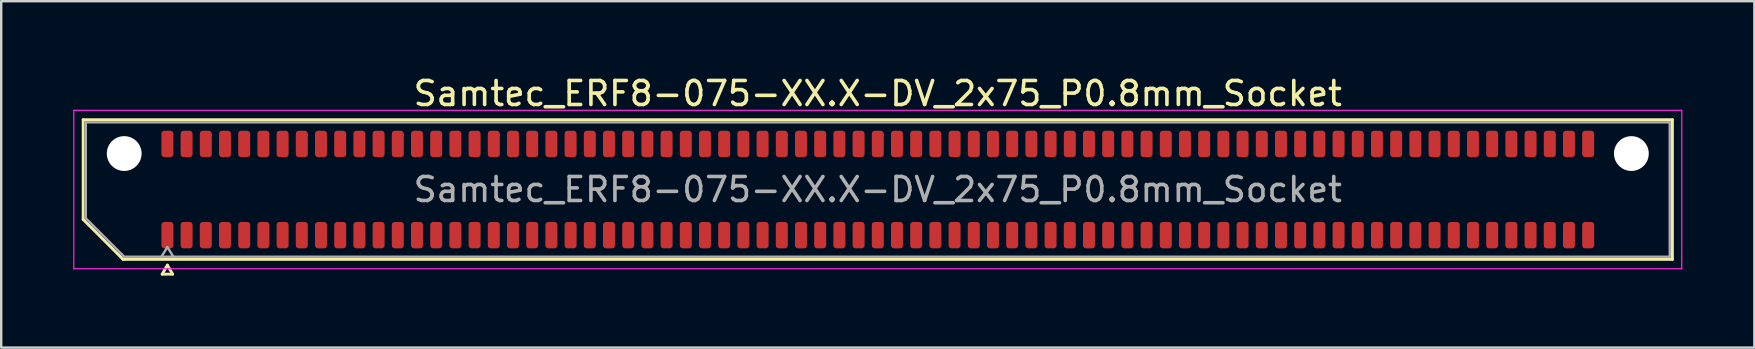
<source format=kicad_pcb>
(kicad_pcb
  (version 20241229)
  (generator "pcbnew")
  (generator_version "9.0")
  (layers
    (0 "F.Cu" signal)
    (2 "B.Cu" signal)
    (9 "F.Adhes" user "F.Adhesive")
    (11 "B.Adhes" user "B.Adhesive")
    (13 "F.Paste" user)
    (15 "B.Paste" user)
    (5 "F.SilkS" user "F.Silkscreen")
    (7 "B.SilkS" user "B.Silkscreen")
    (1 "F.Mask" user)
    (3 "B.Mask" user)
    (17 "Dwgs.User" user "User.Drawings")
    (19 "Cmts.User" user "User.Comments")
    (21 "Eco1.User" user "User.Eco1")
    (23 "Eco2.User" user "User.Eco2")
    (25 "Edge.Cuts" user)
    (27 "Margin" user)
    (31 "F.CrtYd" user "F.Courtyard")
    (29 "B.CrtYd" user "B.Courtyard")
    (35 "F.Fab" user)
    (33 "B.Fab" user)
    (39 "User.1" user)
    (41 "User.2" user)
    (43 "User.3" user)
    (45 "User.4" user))
  (footprint "Samtec_ERF8-075-XX.X-DV_2x75_P0.8mm_Socket"
    (layer "F.Cu")
    (at 33.525 4.848)
    (property "Reference" "Samtec_ERF8-075-XX.X-DV_2x75_P0.8mm_Socket" (at 0 -4 0) (layer "F.SilkS") (effects (font (size 1 1) (thickness 0.15))))
    (attr smd)
    (fp_line (start -33.11 -2.91) (end 33.11 -2.91) (stroke (width 0.12) (type solid)) (layer "F.SilkS"))
    (fp_line (start -33.11 1.246) (end -33.11 -2.91) (stroke (width 0.12) (type solid)) (layer "F.SilkS"))
    (fp_line (start -31.446 2.91) (end -33.11 1.246) (stroke (width 0.12) (type solid)) (layer "F.SilkS"))
    (fp_line (start -29.817 3.525) (end -29.6 3.15) (stroke (width 0.12) (type solid)) (layer "F.SilkS"))
    (fp_line (start -29.6 3.15) (end -29.383 3.525) (stroke (width 0.12) (type solid)) (layer "F.SilkS"))
    (fp_line (start -29.383 3.525) (end -29.817 3.525) (stroke (width 0.12) (type solid)) (layer "F.SilkS"))
    (fp_line (start 33.11 -2.91) (end 33.11 2.91) (stroke (width 0.12) (type solid)) (layer "F.SilkS"))
    (fp_line (start 33.11 2.91) (end -31.446 2.91) (stroke (width 0.12) (type solid)) (layer "F.SilkS"))
    (fp_line (start -33.5 -3.3) (end -33.5 3.3) (stroke (width 0.05) (type solid)) (layer "F.CrtYd"))
    (fp_line (start -33.5 3.3) (end 33.5 3.3) (stroke (width 0.05) (type solid)) (layer "F.CrtYd"))
    (fp_line (start 33.5 -3.3) (end -33.5 -3.3) (stroke (width 0.05) (type solid)) (layer "F.CrtYd"))
    (fp_line (start 33.5 3.3) (end 33.5 -3.3) (stroke (width 0.05) (type solid)) (layer "F.CrtYd"))
    (fp_line (start -33 -2.8) (end 33 -2.8) (stroke (width 0.1) (type solid)) (layer "F.Fab"))
    (fp_line (start -33 1.2) (end -33 -2.8) (stroke (width 0.1) (type solid)) (layer "F.Fab"))
    (fp_line (start -31.4 2.8) (end -33 1.2) (stroke (width 0.1) (type solid)) (layer "F.Fab"))
    (fp_line (start -29.6 2.4) (end -29.85 2.8) (stroke (width 0.1) (type solid)) (layer "F.Fab"))
    (fp_line (start -29.6 2.4) (end -29.35 2.8) (stroke (width 0.1) (type solid)) (layer "F.Fab"))
    (fp_line (start 33 -2.8) (end 33 2.8) (stroke (width 0.1) (type solid)) (layer "F.Fab"))
    (fp_line (start 33 2.8) (end -31.4 2.8) (stroke (width 0.1) (type solid)) (layer "F.Fab"))
    (fp_text user "${REFERENCE}" (at 0 0 0) (layer "F.Fab") (effects (font (size 1 1) (thickness 0.15))))
    (pad "" np_thru_hole circle (at -31.4 -1.5) (size 1.45 1.45) (drill 1.45) (layers "*.Cu" "*.Mask"))
    (pad "" np_thru_hole circle (at 31.4 -1.5) (size 1.45 1.45) (drill 1.45) (layers "*.Cu" "*.Mask"))
    (pad "1" smd roundrect (at -29.6 1.9) (size 0.5 1.1) (layers "F.Cu" "F.Mask" "F.Paste") (roundrect_rratio 0.25))
    (pad "2" smd roundrect (at -29.6 -1.9) (size 0.5 1.1) (layers "F.Cu" "F.Mask" "F.Paste") (roundrect_rratio 0.25))
    (pad "3" smd roundrect (at -28.8 1.9) (size 0.5 1.1) (layers "F.Cu" "F.Mask" "F.Paste") (roundrect_rratio 0.25))
    (pad "4" smd roundrect (at -28.8 -1.9) (size 0.5 1.1) (layers "F.Cu" "F.Mask" "F.Paste") (roundrect_rratio 0.25))
    (pad "5" smd roundrect (at -28 1.9) (size 0.5 1.1) (layers "F.Cu" "F.Mask" "F.Paste") (roundrect_rratio 0.25))
    (pad "6" smd roundrect (at -28 -1.9) (size 0.5 1.1) (layers "F.Cu" "F.Mask" "F.Paste") (roundrect_rratio 0.25))
    (pad "7" smd roundrect (at -27.2 1.9) (size 0.5 1.1) (layers "F.Cu" "F.Mask" "F.Paste") (roundrect_rratio 0.25))
    (pad "8" smd roundrect (at -27.2 -1.9) (size 0.5 1.1) (layers "F.Cu" "F.Mask" "F.Paste") (roundrect_rratio 0.25))
    (pad "9" smd roundrect (at -26.4 1.9) (size 0.5 1.1) (layers "F.Cu" "F.Mask" "F.Paste") (roundrect_rratio 0.25))
    (pad "10" smd roundrect (at -26.4 -1.9) (size 0.5 1.1) (layers "F.Cu" "F.Mask" "F.Paste") (roundrect_rratio 0.25))
    (pad "11" smd roundrect (at -25.6 1.9) (size 0.5 1.1) (layers "F.Cu" "F.Mask" "F.Paste") (roundrect_rratio 0.25))
    (pad "12" smd roundrect (at -25.6 -1.9) (size 0.5 1.1) (layers "F.Cu" "F.Mask" "F.Paste") (roundrect_rratio 0.25))
    (pad "13" smd roundrect (at -24.8 1.9) (size 0.5 1.1) (layers "F.Cu" "F.Mask" "F.Paste") (roundrect_rratio 0.25))
    (pad "14" smd roundrect (at -24.8 -1.9) (size 0.5 1.1) (layers "F.Cu" "F.Mask" "F.Paste") (roundrect_rratio 0.25))
    (pad "15" smd roundrect (at -24 1.9) (size 0.5 1.1) (layers "F.Cu" "F.Mask" "F.Paste") (roundrect_rratio 0.25))
    (pad "16" smd roundrect (at -24 -1.9) (size 0.5 1.1) (layers "F.Cu" "F.Mask" "F.Paste") (roundrect_rratio 0.25))
    (pad "17" smd roundrect (at -23.2 1.9) (size 0.5 1.1) (layers "F.Cu" "F.Mask" "F.Paste") (roundrect_rratio 0.25))
    (pad "18" smd roundrect (at -23.2 -1.9) (size 0.5 1.1) (layers "F.Cu" "F.Mask" "F.Paste") (roundrect_rratio 0.25))
    (pad "19" smd roundrect (at -22.4 1.9) (size 0.5 1.1) (layers "F.Cu" "F.Mask" "F.Paste") (roundrect_rratio 0.25))
    (pad "20" smd roundrect (at -22.4 -1.9) (size 0.5 1.1) (layers "F.Cu" "F.Mask" "F.Paste") (roundrect_rratio 0.25))
    (pad "21" smd roundrect (at -21.6 1.9) (size 0.5 1.1) (layers "F.Cu" "F.Mask" "F.Paste") (roundrect_rratio 0.25))
    (pad "22" smd roundrect (at -21.6 -1.9) (size 0.5 1.1) (layers "F.Cu" "F.Mask" "F.Paste") (roundrect_rratio 0.25))
    (pad "23" smd roundrect (at -20.8 1.9) (size 0.5 1.1) (layers "F.Cu" "F.Mask" "F.Paste") (roundrect_rratio 0.25))
    (pad "24" smd roundrect (at -20.8 -1.9) (size 0.5 1.1) (layers "F.Cu" "F.Mask" "F.Paste") (roundrect_rratio 0.25))
    (pad "25" smd roundrect (at -20 1.9) (size 0.5 1.1) (layers "F.Cu" "F.Mask" "F.Paste") (roundrect_rratio 0.25))
    (pad "26" smd roundrect (at -20 -1.9) (size 0.5 1.1) (layers "F.Cu" "F.Mask" "F.Paste") (roundrect_rratio 0.25))
    (pad "27" smd roundrect (at -19.2 1.9) (size 0.5 1.1) (layers "F.Cu" "F.Mask" "F.Paste") (roundrect_rratio 0.25))
    (pad "28" smd roundrect (at -19.2 -1.9) (size 0.5 1.1) (layers "F.Cu" "F.Mask" "F.Paste") (roundrect_rratio 0.25))
    (pad "29" smd roundrect (at -18.4 1.9) (size 0.5 1.1) (layers "F.Cu" "F.Mask" "F.Paste") (roundrect_rratio 0.25))
    (pad "30" smd roundrect (at -18.4 -1.9) (size 0.5 1.1) (layers "F.Cu" "F.Mask" "F.Paste") (roundrect_rratio 0.25))
    (pad "31" smd roundrect (at -17.6 1.9) (size 0.5 1.1) (layers "F.Cu" "F.Mask" "F.Paste") (roundrect_rratio 0.25))
    (pad "32" smd roundrect (at -17.6 -1.9) (size 0.5 1.1) (layers "F.Cu" "F.Mask" "F.Paste") (roundrect_rratio 0.25))
    (pad "33" smd roundrect (at -16.8 1.9) (size 0.5 1.1) (layers "F.Cu" "F.Mask" "F.Paste") (roundrect_rratio 0.25))
    (pad "34" smd roundrect (at -16.8 -1.9) (size 0.5 1.1) (layers "F.Cu" "F.Mask" "F.Paste") (roundrect_rratio 0.25))
    (pad "35" smd roundrect (at -16 1.9) (size 0.5 1.1) (layers "F.Cu" "F.Mask" "F.Paste") (roundrect_rratio 0.25))
    (pad "36" smd roundrect (at -16 -1.9) (size 0.5 1.1) (layers "F.Cu" "F.Mask" "F.Paste") (roundrect_rratio 0.25))
    (pad "37" smd roundrect (at -15.2 1.9) (size 0.5 1.1) (layers "F.Cu" "F.Mask" "F.Paste") (roundrect_rratio 0.25))
    (pad "38" smd roundrect (at -15.2 -1.9) (size 0.5 1.1) (layers "F.Cu" "F.Mask" "F.Paste") (roundrect_rratio 0.25))
    (pad "39" smd roundrect (at -14.4 1.9) (size 0.5 1.1) (layers "F.Cu" "F.Mask" "F.Paste") (roundrect_rratio 0.25))
    (pad "40" smd roundrect (at -14.4 -1.9) (size 0.5 1.1) (layers "F.Cu" "F.Mask" "F.Paste") (roundrect_rratio 0.25))
    (pad "41" smd roundrect (at -13.6 1.9) (size 0.5 1.1) (layers "F.Cu" "F.Mask" "F.Paste") (roundrect_rratio 0.25))
    (pad "42" smd roundrect (at -13.6 -1.9) (size 0.5 1.1) (layers "F.Cu" "F.Mask" "F.Paste") (roundrect_rratio 0.25))
    (pad "43" smd roundrect (at -12.8 1.9) (size 0.5 1.1) (layers "F.Cu" "F.Mask" "F.Paste") (roundrect_rratio 0.25))
    (pad "44" smd roundrect (at -12.8 -1.9) (size 0.5 1.1) (layers "F.Cu" "F.Mask" "F.Paste") (roundrect_rratio 0.25))
    (pad "45" smd roundrect (at -12 1.9) (size 0.5 1.1) (layers "F.Cu" "F.Mask" "F.Paste") (roundrect_rratio 0.25))
    (pad "46" smd roundrect (at -12 -1.9) (size 0.5 1.1) (layers "F.Cu" "F.Mask" "F.Paste") (roundrect_rratio 0.25))
    (pad "47" smd roundrect (at -11.2 1.9) (size 0.5 1.1) (layers "F.Cu" "F.Mask" "F.Paste") (roundrect_rratio 0.25))
    (pad "48" smd roundrect (at -11.2 -1.9) (size 0.5 1.1) (layers "F.Cu" "F.Mask" "F.Paste") (roundrect_rratio 0.25))
    (pad "49" smd roundrect (at -10.4 1.9) (size 0.5 1.1) (layers "F.Cu" "F.Mask" "F.Paste") (roundrect_rratio 0.25))
    (pad "50" smd roundrect (at -10.4 -1.9) (size 0.5 1.1) (layers "F.Cu" "F.Mask" "F.Paste") (roundrect_rratio 0.25))
    (pad "51" smd roundrect (at -9.6 1.9) (size 0.5 1.1) (layers "F.Cu" "F.Mask" "F.Paste") (roundrect_rratio 0.25))
    (pad "52" smd roundrect (at -9.6 -1.9) (size 0.5 1.1) (layers "F.Cu" "F.Mask" "F.Paste") (roundrect_rratio 0.25))
    (pad "53" smd roundrect (at -8.8 1.9) (size 0.5 1.1) (layers "F.Cu" "F.Mask" "F.Paste") (roundrect_rratio 0.25))
    (pad "54" smd roundrect (at -8.8 -1.9) (size 0.5 1.1) (layers "F.Cu" "F.Mask" "F.Paste") (roundrect_rratio 0.25))
    (pad "55" smd roundrect (at -8 1.9) (size 0.5 1.1) (layers "F.Cu" "F.Mask" "F.Paste") (roundrect_rratio 0.25))
    (pad "56" smd roundrect (at -8 -1.9) (size 0.5 1.1) (layers "F.Cu" "F.Mask" "F.Paste") (roundrect_rratio 0.25))
    (pad "57" smd roundrect (at -7.2 1.9) (size 0.5 1.1) (layers "F.Cu" "F.Mask" "F.Paste") (roundrect_rratio 0.25))
    (pad "58" smd roundrect (at -7.2 -1.9) (size 0.5 1.1) (layers "F.Cu" "F.Mask" "F.Paste") (roundrect_rratio 0.25))
    (pad "59" smd roundrect (at -6.4 1.9) (size 0.5 1.1) (layers "F.Cu" "F.Mask" "F.Paste") (roundrect_rratio 0.25))
    (pad "60" smd roundrect (at -6.4 -1.9) (size 0.5 1.1) (layers "F.Cu" "F.Mask" "F.Paste") (roundrect_rratio 0.25))
    (pad "61" smd roundrect (at -5.6 1.9) (size 0.5 1.1) (layers "F.Cu" "F.Mask" "F.Paste") (roundrect_rratio 0.25))
    (pad "62" smd roundrect (at -5.6 -1.9) (size 0.5 1.1) (layers "F.Cu" "F.Mask" "F.Paste") (roundrect_rratio 0.25))
    (pad "63" smd roundrect (at -4.8 1.9) (size 0.5 1.1) (layers "F.Cu" "F.Mask" "F.Paste") (roundrect_rratio 0.25))
    (pad "64" smd roundrect (at -4.8 -1.9) (size 0.5 1.1) (layers "F.Cu" "F.Mask" "F.Paste") (roundrect_rratio 0.25))
    (pad "65" smd roundrect (at -4 1.9) (size 0.5 1.1) (layers "F.Cu" "F.Mask" "F.Paste") (roundrect_rratio 0.25))
    (pad "66" smd roundrect (at -4 -1.9) (size 0.5 1.1) (layers "F.Cu" "F.Mask" "F.Paste") (roundrect_rratio 0.25))
    (pad "67" smd roundrect (at -3.2 1.9) (size 0.5 1.1) (layers "F.Cu" "F.Mask" "F.Paste") (roundrect_rratio 0.25))
    (pad "68" smd roundrect (at -3.2 -1.9) (size 0.5 1.1) (layers "F.Cu" "F.Mask" "F.Paste") (roundrect_rratio 0.25))
    (pad "69" smd roundrect (at -2.4 1.9) (size 0.5 1.1) (layers "F.Cu" "F.Mask" "F.Paste") (roundrect_rratio 0.25))
    (pad "70" smd roundrect (at -2.4 -1.9) (size 0.5 1.1) (layers "F.Cu" "F.Mask" "F.Paste") (roundrect_rratio 0.25))
    (pad "71" smd roundrect (at -1.6 1.9) (size 0.5 1.1) (layers "F.Cu" "F.Mask" "F.Paste") (roundrect_rratio 0.25))
    (pad "72" smd roundrect (at -1.6 -1.9) (size 0.5 1.1) (layers "F.Cu" "F.Mask" "F.Paste") (roundrect_rratio 0.25))
    (pad "73" smd roundrect (at -0.8 1.9) (size 0.5 1.1) (layers "F.Cu" "F.Mask" "F.Paste") (roundrect_rratio 0.25))
    (pad "74" smd roundrect (at -0.8 -1.9) (size 0.5 1.1) (layers "F.Cu" "F.Mask" "F.Paste") (roundrect_rratio 0.25))
    (pad "75" smd roundrect (at 0 1.9) (size 0.5 1.1) (layers "F.Cu" "F.Mask" "F.Paste") (roundrect_rratio 0.25))
    (pad "76" smd roundrect (at 0 -1.9) (size 0.5 1.1) (layers "F.Cu" "F.Mask" "F.Paste") (roundrect_rratio 0.25))
    (pad "77" smd roundrect (at 0.8 1.9) (size 0.5 1.1) (layers "F.Cu" "F.Mask" "F.Paste") (roundrect_rratio 0.25))
    (pad "78" smd roundrect (at 0.8 -1.9) (size 0.5 1.1) (layers "F.Cu" "F.Mask" "F.Paste") (roundrect_rratio 0.25))
    (pad "79" smd roundrect (at 1.6 1.9) (size 0.5 1.1) (layers "F.Cu" "F.Mask" "F.Paste") (roundrect_rratio 0.25))
    (pad "80" smd roundrect (at 1.6 -1.9) (size 0.5 1.1) (layers "F.Cu" "F.Mask" "F.Paste") (roundrect_rratio 0.25))
    (pad "81" smd roundrect (at 2.4 1.9) (size 0.5 1.1) (layers "F.Cu" "F.Mask" "F.Paste") (roundrect_rratio 0.25))
    (pad "82" smd roundrect (at 2.4 -1.9) (size 0.5 1.1) (layers "F.Cu" "F.Mask" "F.Paste") (roundrect_rratio 0.25))
    (pad "83" smd roundrect (at 3.2 1.9) (size 0.5 1.1) (layers "F.Cu" "F.Mask" "F.Paste") (roundrect_rratio 0.25))
    (pad "84" smd roundrect (at 3.2 -1.9) (size 0.5 1.1) (layers "F.Cu" "F.Mask" "F.Paste") (roundrect_rratio 0.25))
    (pad "85" smd roundrect (at 4 1.9) (size 0.5 1.1) (layers "F.Cu" "F.Mask" "F.Paste") (roundrect_rratio 0.25))
    (pad "86" smd roundrect (at 4 -1.9) (size 0.5 1.1) (layers "F.Cu" "F.Mask" "F.Paste") (roundrect_rratio 0.25))
    (pad "87" smd roundrect (at 4.8 1.9) (size 0.5 1.1) (layers "F.Cu" "F.Mask" "F.Paste") (roundrect_rratio 0.25))
    (pad "88" smd roundrect (at 4.8 -1.9) (size 0.5 1.1) (layers "F.Cu" "F.Mask" "F.Paste") (roundrect_rratio 0.25))
    (pad "89" smd roundrect (at 5.6 1.9) (size 0.5 1.1) (layers "F.Cu" "F.Mask" "F.Paste") (roundrect_rratio 0.25))
    (pad "90" smd roundrect (at 5.6 -1.9) (size 0.5 1.1) (layers "F.Cu" "F.Mask" "F.Paste") (roundrect_rratio 0.25))
    (pad "91" smd roundrect (at 6.4 1.9) (size 0.5 1.1) (layers "F.Cu" "F.Mask" "F.Paste") (roundrect_rratio 0.25))
    (pad "92" smd roundrect (at 6.4 -1.9) (size 0.5 1.1) (layers "F.Cu" "F.Mask" "F.Paste") (roundrect_rratio 0.25))
    (pad "93" smd roundrect (at 7.2 1.9) (size 0.5 1.1) (layers "F.Cu" "F.Mask" "F.Paste") (roundrect_rratio 0.25))
    (pad "94" smd roundrect (at 7.2 -1.9) (size 0.5 1.1) (layers "F.Cu" "F.Mask" "F.Paste") (roundrect_rratio 0.25))
    (pad "95" smd roundrect (at 8 1.9) (size 0.5 1.1) (layers "F.Cu" "F.Mask" "F.Paste") (roundrect_rratio 0.25))
    (pad "96" smd roundrect (at 8 -1.9) (size 0.5 1.1) (layers "F.Cu" "F.Mask" "F.Paste") (roundrect_rratio 0.25))
    (pad "97" smd roundrect (at 8.8 1.9) (size 0.5 1.1) (layers "F.Cu" "F.Mask" "F.Paste") (roundrect_rratio 0.25))
    (pad "98" smd roundrect (at 8.8 -1.9) (size 0.5 1.1) (layers "F.Cu" "F.Mask" "F.Paste") (roundrect_rratio 0.25))
    (pad "99" smd roundrect (at 9.6 1.9) (size 0.5 1.1) (layers "F.Cu" "F.Mask" "F.Paste") (roundrect_rratio 0.25))
    (pad "100" smd roundrect (at 9.6 -1.9) (size 0.5 1.1) (layers "F.Cu" "F.Mask" "F.Paste") (roundrect_rratio 0.25))
    (pad "101" smd roundrect (at 10.4 1.9) (size 0.5 1.1) (layers "F.Cu" "F.Mask" "F.Paste") (roundrect_rratio 0.25))
    (pad "102" smd roundrect (at 10.4 -1.9) (size 0.5 1.1) (layers "F.Cu" "F.Mask" "F.Paste") (roundrect_rratio 0.25))
    (pad "103" smd roundrect (at 11.2 1.9) (size 0.5 1.1) (layers "F.Cu" "F.Mask" "F.Paste") (roundrect_rratio 0.25))
    (pad "104" smd roundrect (at 11.2 -1.9) (size 0.5 1.1) (layers "F.Cu" "F.Mask" "F.Paste") (roundrect_rratio 0.25))
    (pad "105" smd roundrect (at 12 1.9) (size 0.5 1.1) (layers "F.Cu" "F.Mask" "F.Paste") (roundrect_rratio 0.25))
    (pad "106" smd roundrect (at 12 -1.9) (size 0.5 1.1) (layers "F.Cu" "F.Mask" "F.Paste") (roundrect_rratio 0.25))
    (pad "107" smd roundrect (at 12.8 1.9) (size 0.5 1.1) (layers "F.Cu" "F.Mask" "F.Paste") (roundrect_rratio 0.25))
    (pad "108" smd roundrect (at 12.8 -1.9) (size 0.5 1.1) (layers "F.Cu" "F.Mask" "F.Paste") (roundrect_rratio 0.25))
    (pad "109" smd roundrect (at 13.6 1.9) (size 0.5 1.1) (layers "F.Cu" "F.Mask" "F.Paste") (roundrect_rratio 0.25))
    (pad "110" smd roundrect (at 13.6 -1.9) (size 0.5 1.1) (layers "F.Cu" "F.Mask" "F.Paste") (roundrect_rratio 0.25))
    (pad "111" smd roundrect (at 14.4 1.9) (size 0.5 1.1) (layers "F.Cu" "F.Mask" "F.Paste") (roundrect_rratio 0.25))
    (pad "112" smd roundrect (at 14.4 -1.9) (size 0.5 1.1) (layers "F.Cu" "F.Mask" "F.Paste") (roundrect_rratio 0.25))
    (pad "113" smd roundrect (at 15.2 1.9) (size 0.5 1.1) (layers "F.Cu" "F.Mask" "F.Paste") (roundrect_rratio 0.25))
    (pad "114" smd roundrect (at 15.2 -1.9) (size 0.5 1.1) (layers "F.Cu" "F.Mask" "F.Paste") (roundrect_rratio 0.25))
    (pad "115" smd roundrect (at 16 1.9) (size 0.5 1.1) (layers "F.Cu" "F.Mask" "F.Paste") (roundrect_rratio 0.25))
    (pad "116" smd roundrect (at 16 -1.9) (size 0.5 1.1) (layers "F.Cu" "F.Mask" "F.Paste") (roundrect_rratio 0.25))
    (pad "117" smd roundrect (at 16.8 1.9) (size 0.5 1.1) (layers "F.Cu" "F.Mask" "F.Paste") (roundrect_rratio 0.25))
    (pad "118" smd roundrect (at 16.8 -1.9) (size 0.5 1.1) (layers "F.Cu" "F.Mask" "F.Paste") (roundrect_rratio 0.25))
    (pad "119" smd roundrect (at 17.6 1.9) (size 0.5 1.1) (layers "F.Cu" "F.Mask" "F.Paste") (roundrect_rratio 0.25))
    (pad "120" smd roundrect (at 17.6 -1.9) (size 0.5 1.1) (layers "F.Cu" "F.Mask" "F.Paste") (roundrect_rratio 0.25))
    (pad "121" smd roundrect (at 18.4 1.9) (size 0.5 1.1) (layers "F.Cu" "F.Mask" "F.Paste") (roundrect_rratio 0.25))
    (pad "122" smd roundrect (at 18.4 -1.9) (size 0.5 1.1) (layers "F.Cu" "F.Mask" "F.Paste") (roundrect_rratio 0.25))
    (pad "123" smd roundrect (at 19.2 1.9) (size 0.5 1.1) (layers "F.Cu" "F.Mask" "F.Paste") (roundrect_rratio 0.25))
    (pad "124" smd roundrect (at 19.2 -1.9) (size 0.5 1.1) (layers "F.Cu" "F.Mask" "F.Paste") (roundrect_rratio 0.25))
    (pad "125" smd roundrect (at 20 1.9) (size 0.5 1.1) (layers "F.Cu" "F.Mask" "F.Paste") (roundrect_rratio 0.25))
    (pad "126" smd roundrect (at 20 -1.9) (size 0.5 1.1) (layers "F.Cu" "F.Mask" "F.Paste") (roundrect_rratio 0.25))
    (pad "127" smd roundrect (at 20.8 1.9) (size 0.5 1.1) (layers "F.Cu" "F.Mask" "F.Paste") (roundrect_rratio 0.25))
    (pad "128" smd roundrect (at 20.8 -1.9) (size 0.5 1.1) (layers "F.Cu" "F.Mask" "F.Paste") (roundrect_rratio 0.25))
    (pad "129" smd roundrect (at 21.6 1.9) (size 0.5 1.1) (layers "F.Cu" "F.Mask" "F.Paste") (roundrect_rratio 0.25))
    (pad "130" smd roundrect (at 21.6 -1.9) (size 0.5 1.1) (layers "F.Cu" "F.Mask" "F.Paste") (roundrect_rratio 0.25))
    (pad "131" smd roundrect (at 22.4 1.9) (size 0.5 1.1) (layers "F.Cu" "F.Mask" "F.Paste") (roundrect_rratio 0.25))
    (pad "132" smd roundrect (at 22.4 -1.9) (size 0.5 1.1) (layers "F.Cu" "F.Mask" "F.Paste") (roundrect_rratio 0.25))
    (pad "133" smd roundrect (at 23.2 1.9) (size 0.5 1.1) (layers "F.Cu" "F.Mask" "F.Paste") (roundrect_rratio 0.25))
    (pad "134" smd roundrect (at 23.2 -1.9) (size 0.5 1.1) (layers "F.Cu" "F.Mask" "F.Paste") (roundrect_rratio 0.25))
    (pad "135" smd roundrect (at 24 1.9) (size 0.5 1.1) (layers "F.Cu" "F.Mask" "F.Paste") (roundrect_rratio 0.25))
    (pad "136" smd roundrect (at 24 -1.9) (size 0.5 1.1) (layers "F.Cu" "F.Mask" "F.Paste") (roundrect_rratio 0.25))
    (pad "137" smd roundrect (at 24.8 1.9) (size 0.5 1.1) (layers "F.Cu" "F.Mask" "F.Paste") (roundrect_rratio 0.25))
    (pad "138" smd roundrect (at 24.8 -1.9) (size 0.5 1.1) (layers "F.Cu" "F.Mask" "F.Paste") (roundrect_rratio 0.25))
    (pad "139" smd roundrect (at 25.6 1.9) (size 0.5 1.1) (layers "F.Cu" "F.Mask" "F.Paste") (roundrect_rratio 0.25))
    (pad "140" smd roundrect (at 25.6 -1.9) (size 0.5 1.1) (layers "F.Cu" "F.Mask" "F.Paste") (roundrect_rratio 0.25))
    (pad "141" smd roundrect (at 26.4 1.9) (size 0.5 1.1) (layers "F.Cu" "F.Mask" "F.Paste") (roundrect_rratio 0.25))
    (pad "142" smd roundrect (at 26.4 -1.9) (size 0.5 1.1) (layers "F.Cu" "F.Mask" "F.Paste") (roundrect_rratio 0.25))
    (pad "143" smd roundrect (at 27.2 1.9) (size 0.5 1.1) (layers "F.Cu" "F.Mask" "F.Paste") (roundrect_rratio 0.25))
    (pad "144" smd roundrect (at 27.2 -1.9) (size 0.5 1.1) (layers "F.Cu" "F.Mask" "F.Paste") (roundrect_rratio 0.25))
    (pad "145" smd roundrect (at 28 1.9) (size 0.5 1.1) (layers "F.Cu" "F.Mask" "F.Paste") (roundrect_rratio 0.25))
    (pad "146" smd roundrect (at 28 -1.9) (size 0.5 1.1) (layers "F.Cu" "F.Mask" "F.Paste") (roundrect_rratio 0.25))
    (pad "147" smd roundrect (at 28.8 1.9) (size 0.5 1.1) (layers "F.Cu" "F.Mask" "F.Paste") (roundrect_rratio 0.25))
    (pad "148" smd roundrect (at 28.8 -1.9) (size 0.5 1.1) (layers "F.Cu" "F.Mask" "F.Paste") (roundrect_rratio 0.25))
    (pad "149" smd roundrect (at 29.6 1.9) (size 0.5 1.1) (layers "F.Cu" "F.Mask" "F.Paste") (roundrect_rratio 0.25))
    (pad "150" smd roundrect (at 29.6 -1.9) (size 0.5 1.1) (layers "F.Cu" "F.Mask" "F.Paste") (roundrect_rratio 0.25)))
  (gr_rect
    (start -3 -3)
    (end 70.05 11.433)
    (stroke (width 0.1) (type default))
    (fill no)
    (layer "Edge.Cuts")))
</source>
